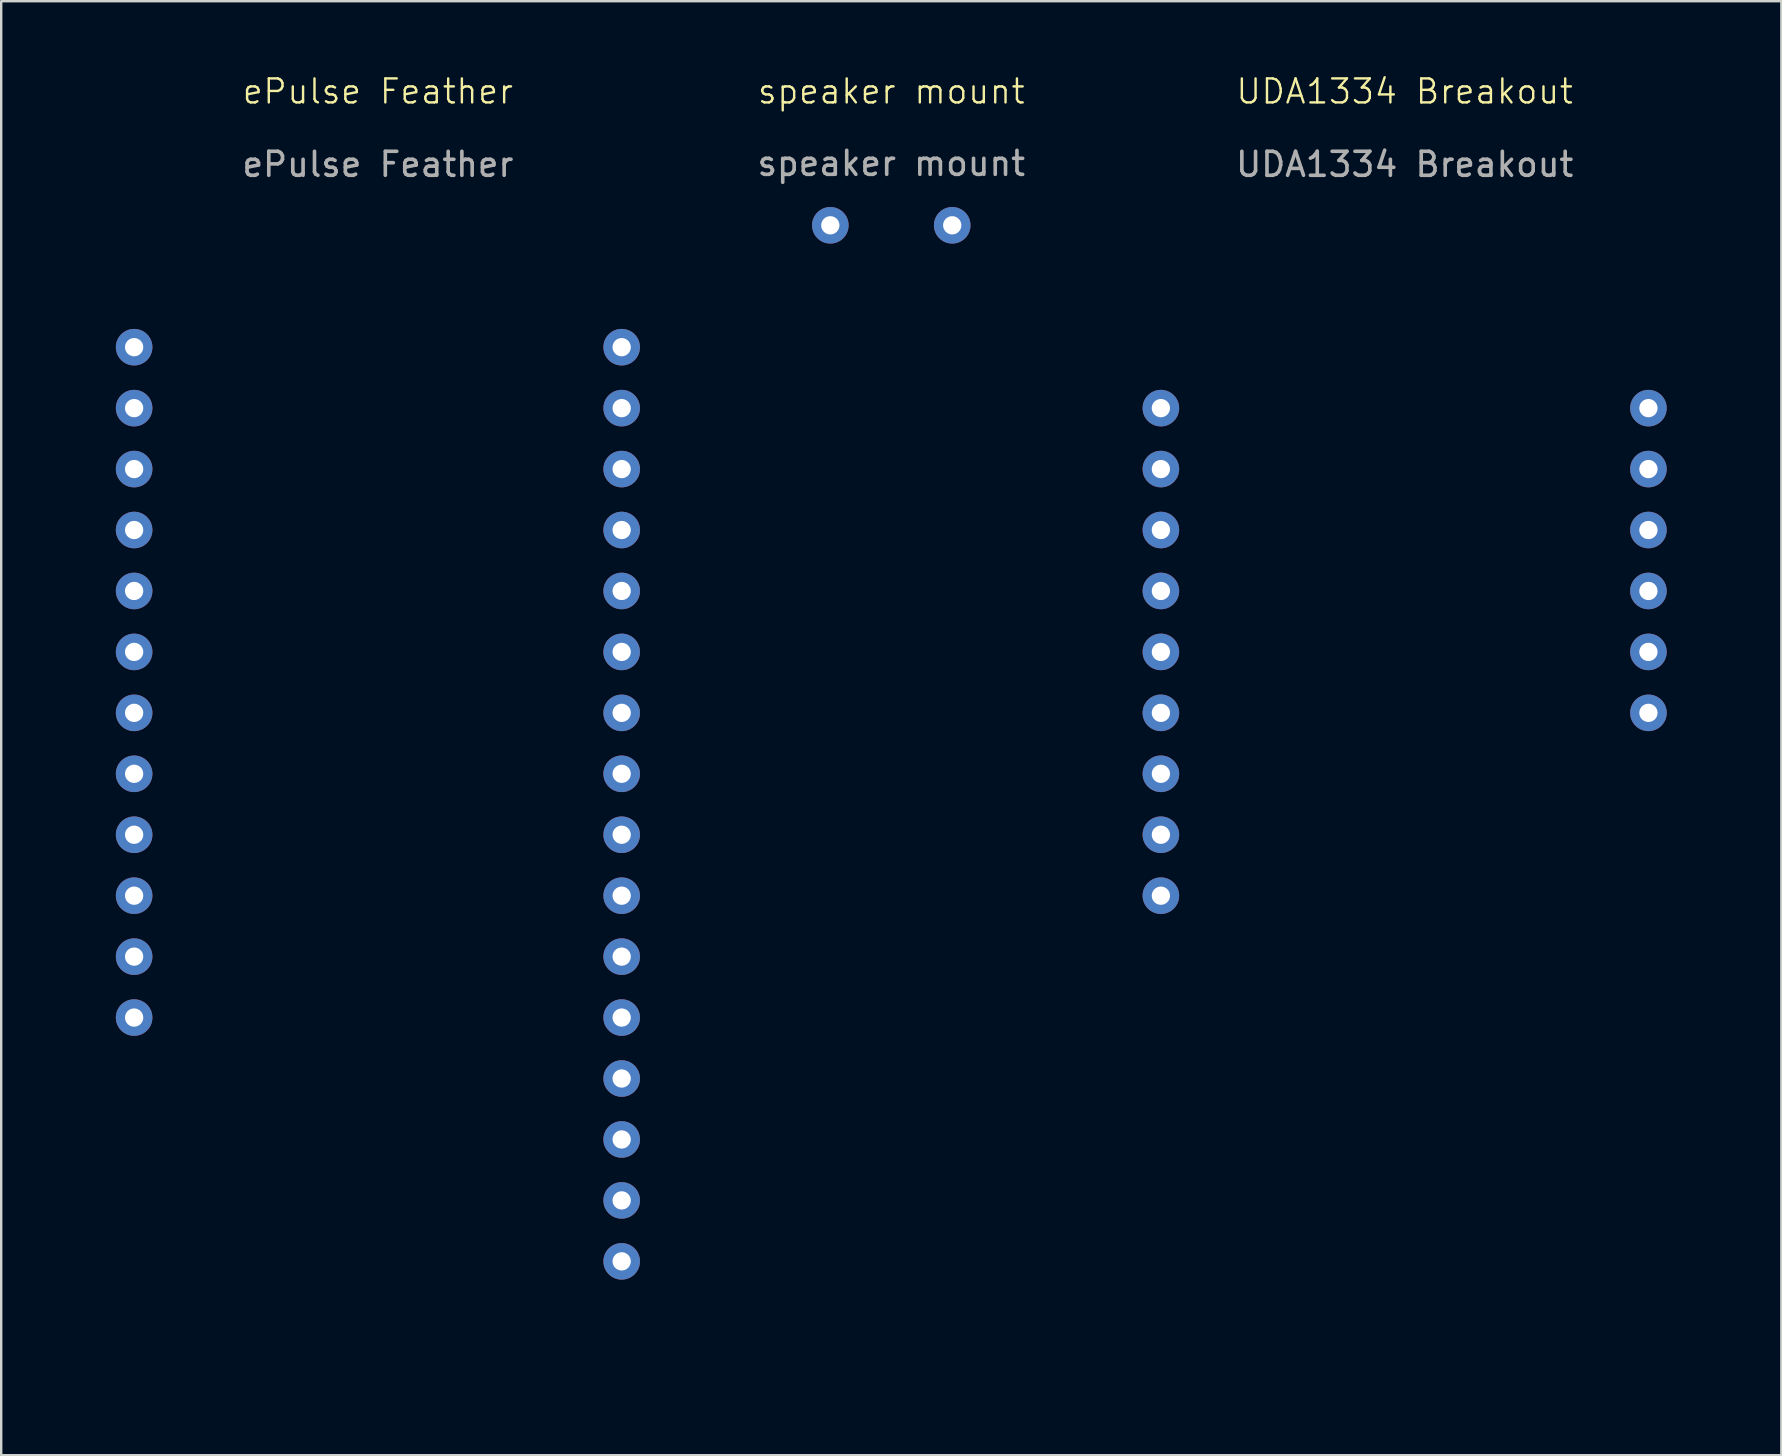
<source format=kicad_pcb>
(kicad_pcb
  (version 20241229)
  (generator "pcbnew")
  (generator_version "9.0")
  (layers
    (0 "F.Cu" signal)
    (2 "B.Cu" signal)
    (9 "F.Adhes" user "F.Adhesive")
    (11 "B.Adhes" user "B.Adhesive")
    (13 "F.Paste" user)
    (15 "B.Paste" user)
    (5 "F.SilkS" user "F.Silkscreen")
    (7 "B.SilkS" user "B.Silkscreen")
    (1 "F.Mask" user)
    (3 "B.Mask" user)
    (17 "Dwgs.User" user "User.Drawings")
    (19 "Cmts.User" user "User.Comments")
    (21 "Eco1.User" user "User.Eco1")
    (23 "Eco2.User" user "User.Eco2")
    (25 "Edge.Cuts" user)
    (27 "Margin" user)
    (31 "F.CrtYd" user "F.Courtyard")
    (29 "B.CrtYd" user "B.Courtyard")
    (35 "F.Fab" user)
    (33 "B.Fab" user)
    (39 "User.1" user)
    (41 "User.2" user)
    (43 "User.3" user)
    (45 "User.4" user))
  (footprint "ePulse Feather"
    (layer "F.Cu")
    (at 12.7 1.26)
    (property "Reference" "ePulse Feather" (at 0 -0.5 0) (unlocked yes) (layer "F.SilkS") (effects (font (size 1 1) (thickness 0.1))))
    (attr through_hole)
    (fp_text user "${REFERENCE}" (at 0 2.54 0) (unlocked yes) (layer "F.Fab") (effects (font (size 1 1) (thickness 0.15))))
    (pad "01" thru_hole circle (at 10.16 12.7) (size 1.524 1.524) (drill 0.762) (layers "*.Cu" "*.Mask"))
    (pad "02" thru_hole circle (at 10.16 43.18) (size 1.524 1.524) (drill 0.762) (layers "*.Cu" "*.Mask"))
    (pad "03" thru_hole circle (at 10.16 15.24) (size 1.524 1.524) (drill 0.762) (layers "*.Cu" "*.Mask"))
    (pad "3V3" thru_hole circle (at 10.16 45.72) (size 1.524 1.524) (drill 0.762) (layers "*.Cu" "*.Mask"))
    (pad "04" thru_hole circle (at 10.16 25.4) (size 1.524 1.524) (drill 0.762) (layers "*.Cu" "*.Mask"))
    (pad "05" thru_hole circle (at 10.16 22.86) (size 1.524 1.524) (drill 0.762) (layers "*.Cu" "*.Mask"))
    (pad "12" thru_hole circle (at -10.16 27.94) (size 1.524 1.524) (drill 0.762) (layers "*.Cu" "*.Mask"))
    (pad "13" thru_hole circle (at -10.16 30.48) (size 1.524 1.524) (drill 0.762) (layers "*.Cu" "*.Mask"))
    (pad "14" thru_hole circle (at -10.16 15.24) (size 1.524 1.524) (drill 0.762) (layers "*.Cu" "*.Mask"))
    (pad "15" thru_hole circle (at -10.16 20.32) (size 1.524 1.524) (drill 0.762) (layers "*.Cu" "*.Mask"))
    (pad "18" thru_hole circle (at 10.16 20.32) (size 1.524 1.524) (drill 0.762) (layers "*.Cu" "*.Mask"))
    (pad "19" thru_hole circle (at 10.16 17.78) (size 1.524 1.524) (drill 0.762) (layers "*.Cu" "*.Mask"))
    (pad "21" thru_hole circle (at 10.16 10.16) (size 1.524 1.524) (drill 0.762) (layers "*.Cu" "*.Mask"))
    (pad "22" thru_hole circle (at -10.16 12.7) (size 1.524 1.524) (drill 0.762) (layers "*.Cu" "*.Mask"))
    (pad "23" thru_hole circle (at -10.16 10.16) (size 1.524 1.524) (drill 0.762) (layers "*.Cu" "*.Mask"))
    (pad "25" thru_hole circle (at 10.16 35.56) (size 1.524 1.524) (drill 0.762) (layers "*.Cu" "*.Mask"))
    (pad "26" thru_hole circle (at 10.16 38.1) (size 1.524 1.524) (drill 0.762) (layers "*.Cu" "*.Mask"))
    (pad "27" thru_hole circle (at -10.16 25.4) (size 1.524 1.524) (drill 0.762) (layers "*.Cu" "*.Mask"))
    (pad "32" thru_hole circle (at -10.16 17.78) (size 1.524 1.524) (drill 0.762) (layers "*.Cu" "*.Mask"))
    (pad "33" thru_hole circle (at -10.16 22.86) (size 1.524 1.524) (drill 0.762) (layers "*.Cu" "*.Mask"))
    (pad "34" thru_hole circle (at 10.16 33.02) (size 1.524 1.524) (drill 0.762) (layers "*.Cu" "*.Mask"))
    (pad "36" thru_hole circle (at 10.16 27.94) (size 1.524 1.524) (drill 0.762) (layers "*.Cu" "*.Mask"))
    (pad "39" thru_hole circle (at 10.16 30.48) (size 1.524 1.524) (drill 0.762) (layers "*.Cu" "*.Mask"))
    (pad "BAT" thru_hole circle (at -10.16 38.1) (size 1.524 1.524) (drill 0.762) (layers "*.Cu" "*.Mask"))
    (pad "EN" thru_hole circle (at -10.16 35.56) (size 1.524 1.524) (drill 0.762) (layers "*.Cu" "*.Mask"))
    (pad "GND" thru_hole circle (at 10.16 40.64) (size 1.524 1.524) (drill 0.762) (layers "*.Cu" "*.Mask"))
    (pad "RST" thru_hole circle (at 10.16 48.26) (size 1.524 1.524) (drill 0.762) (layers "*.Cu" "*.Mask"))
    (pad "USB" thru_hole circle (at -10.16 33.02) (size 1.524 1.524) (drill 0.762) (layers "*.Cu" "*.Mask"))
    (zone (net_name "") (layer "F.SilkS") (name "Board") (hatch edge 0.5) (connect_pads) (min_thickness 0.25) (filled_areas_thickness no) (keepout (tracks not_allowed) (vias not_allowed) (pads not_allowed) (copperpour allowed) (footprints allowed)) (placement (enabled no)) (fill) (polygon (pts (xy 25.4 54.6) (xy 0 54.6) (xy 0 6.34) (xy 25.4 6.34)))))
  (footprint "speaker mount"
    (layer "F.Cu")
    (at 34.096 1.26)
    (property "Reference" "speaker mount" (at 0 -0.5 0) (unlocked yes) (layer "F.SilkS") (effects (font (size 1 1) (thickness 0.1))))
    (attr through_hole)
    (fp_text user "${REFERENCE}" (at 0 2.5 0) (unlocked yes) (layer "F.Fab") (effects (font (size 1 1) (thickness 0.15))))
    (pad "1" thru_hole circle (at -2.54 5.08) (size 1.524 1.524) (drill 0.762) (layers "*.Cu" "*.Mask"))
    (pad "2" thru_hole circle (at 2.54 5.08) (size 1.524 1.524) (drill 0.762) (layers "*.Cu" "*.Mask")))
  (footprint "UDA1334 Breakout"
    (layer "F.Cu")
    (at 55.493 1.26)
    (property "Reference" "UDA1334 Breakout" (at 0 -0.5 0) (unlocked yes) (layer "F.SilkS") (effects (font (size 1 1) (thickness 0.1))))
    (attr through_hole)
    (fp_text user "${REFERENCE}" (at 0 2.54 0) (unlocked yes) (layer "F.Fab") (effects (font (size 1 1) (thickness 0.15))))
    (pad "3VO" thru_hole circle (at -10.16 15.24) (size 1.524 1.524) (drill 0.762) (layers "*.Cu" "*.Mask"))
    (pad "AGND" thru_hole circle (at -10.16 30.48) (size 1.524 1.524) (drill 0.762) (layers "*.Cu" "*.Mask"))
    (pad "BCLK" thru_hole circle (at -10.16 25.4) (size 1.524 1.524) (drill 0.762) (layers "*.Cu" "*.Mask"))
    (pad "DEEM" thru_hole circle (at 10.16 25.4) (size 1.524 1.524) (drill 0.762) (layers "*.Cu" "*.Mask"))
    (pad "DIN" thru_hole circle (at -10.16 22.86) (size 1.524 1.524) (drill 0.762) (layers "*.Cu" "*.Mask"))
    (pad "GND" thru_hole circle (at -10.16 17.78) (size 1.524 1.524) (drill 0.762) (layers "*.Cu" "*.Mask"))
    (pad "Lout" thru_hole circle (at -10.16 27.94) (size 1.524 1.524) (drill 0.762) (layers "*.Cu" "*.Mask"))
    (pad "MUTE" thru_hole circle (at 10.16 17.78) (size 1.524 1.524) (drill 0.762) (layers "*.Cu" "*.Mask"))
    (pad "PLL" thru_hole circle (at 10.16 22.86) (size 1.524 1.524) (drill 0.762) (layers "*.Cu" "*.Mask"))
    (pad "Rout" thru_hole circle (at -10.16 33.02) (size 1.524 1.524) (drill 0.762) (layers "*.Cu" "*.Mask"))
    (pad "SCLK" thru_hole circle (at 10.16 12.7) (size 1.524 1.524) (drill 0.762) (layers "*.Cu" "*.Mask"))
    (pad "SF0" thru_hole circle (at 10.16 20.32) (size 1.524 1.524) (drill 0.762) (layers "*.Cu" "*.Mask"))
    (pad "SF1" thru_hole circle (at 10.16 15.24) (size 1.524 1.524) (drill 0.762) (layers "*.Cu" "*.Mask"))
    (pad "VIN" thru_hole circle (at -10.16 12.7) (size 1.524 1.524) (drill 0.762) (layers "*.Cu" "*.Mask"))
    (pad "WSEL" thru_hole circle (at -10.16 20.32) (size 1.524 1.524) (drill 0.762) (layers "*.Cu" "*.Mask"))
    (zone (net_name "") (layer "F.SilkS") (name "Board") (hatch edge 0.5) (connect_pads) (min_thickness 0.25) (filled_areas_thickness no) (keepout (tracks not_allowed) (vias not_allowed) (pads not_allowed) (copperpour allowed) (footprints allowed)) (placement (enabled no)) (fill) (polygon (pts (xy 68.193 41.901) (xy 42.793 41.901) (xy 42.793 6.34) (xy 68.193 6.34)))))
  (gr_rect
    (start -3 -3)
    (end 71.193 57.6)
    (stroke (width 0.1) (type default))
    (fill no)
    (layer "Edge.Cuts")))
</source>
